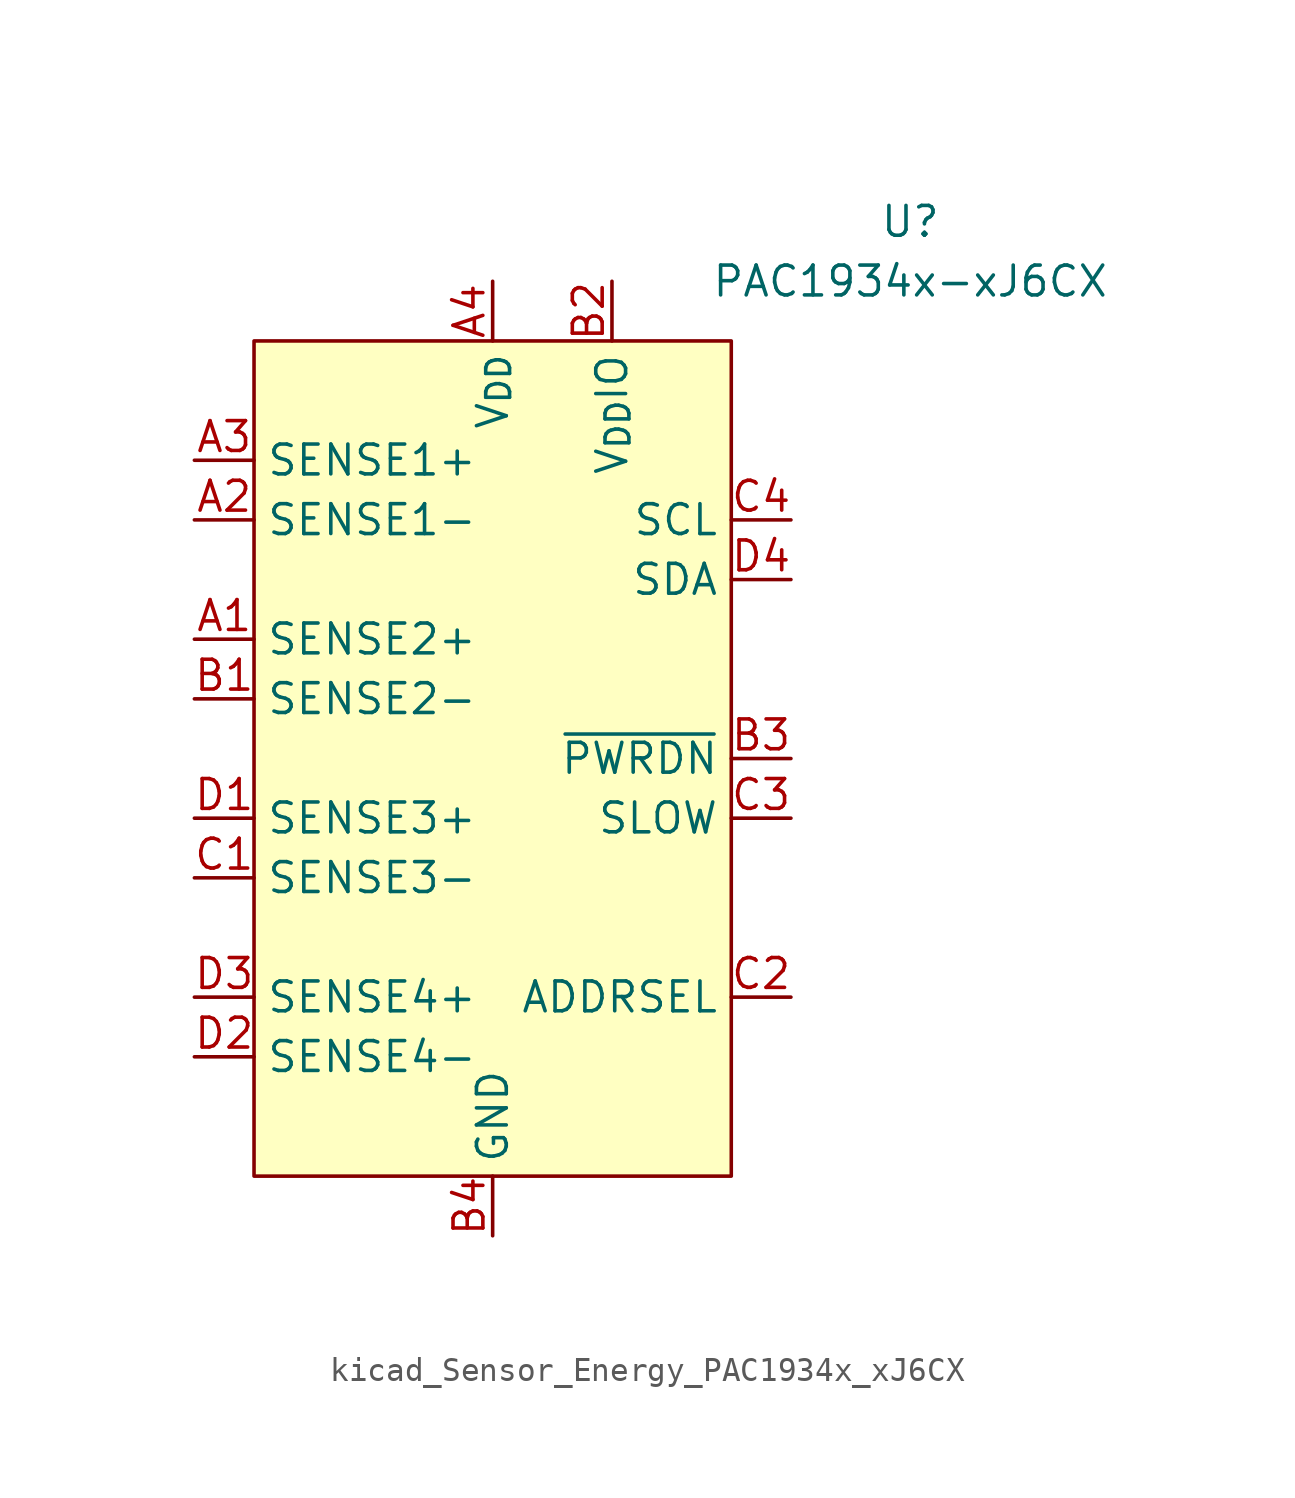
<source format=kicad_sym>
(kicad_symbol_lib
  (version 20220914)
  (generator kicad_symbol_editor)
  (symbol "kicad_Sensor_Energy_PAC1934x_xJ6CX"
    (property "Reference" "U"
      (at 17.78 22.86 0)
      (effects (font (size 1.27 1.27))))
    (property "Value" "PAC1934x-xJ6CX"
      (at 17.78 20.32 0)
      (effects (font (size 1.27 1.27))))
    (symbol "kicad_Sensor_Energy_PAC1934x_xJ6CX_0_0"
      (pin input line (at -12.7 5.08 0) (length 2.54) (name "SENSE2+" (effects (font (size 1.27 1.27)))) (number "A1" (effects (font (size 1.27 1.27)))))
      (pin input line (at -12.7 10.16 0) (length 2.54) (name "SENSE1-" (effects (font (size 1.27 1.27)))) (number "A2" (effects (font (size 1.27 1.27)))))
      (pin input line (at -12.7 12.7 0) (length 2.54) (name "SENSE1+" (effects (font (size 1.27 1.27)))) (number "A3" (effects (font (size 1.27 1.27)))))
      (pin power_in line (at 0 20.32 270) (length 2.54) (name "V_{DD}" (effects (font (size 1.27 1.27)))) (number "A4" (effects (font (size 1.27 1.27)))))
      (pin input line (at -12.7 2.54 0) (length 2.54) (name "SENSE2-" (effects (font (size 1.27 1.27)))) (number "B1" (effects (font (size 1.27 1.27)))))
      (pin input line (at 5.08 20.32 270) (length 2.54) (name "V_{DD}IO" (effects (font (size 1.27 1.27)))) (number "B2" (effects (font (size 1.27 1.27)))))
      (pin input line (at 12.7 0 180) (length 2.54) (name "~{PWRDN}" (effects (font (size 1.27 1.27)))) (number "B3" (effects (font (size 1.27 1.27)))))
      (pin power_in line (at 0 -20.32 90) (length 2.54) (name "GND" (effects (font (size 1.27 1.27)))) (number "B4" (effects (font (size 1.27 1.27)))))
      (pin input line (at -12.7 -5.08 0) (length 2.54) (name "SENSE3-" (effects (font (size 1.27 1.27)))) (number "C1" (effects (font (size 1.27 1.27)))))
      (pin passive line (at 12.7 -10.16 180) (length 2.54) (name "ADDRSEL" (effects (font (size 1.27 1.27)))) (number "C2" (effects (font (size 1.27 1.27)))))
      (pin input line (at 12.7 -2.54 180) (length 2.54) (name "SLOW" (effects (font (size 1.27 1.27)))) (number "C3" (effects (font (size 1.27 1.27)))) (alternate "~{ALERT1}" open_collector line))
      (pin input line (at 12.7 10.16 180) (length 2.54) (name "SCL" (effects (font (size 1.27 1.27)))) (number "C4" (effects (font (size 1.27 1.27)))) (alternate "SM_CLK" input line))
      (pin input line (at -12.7 -2.54 0) (length 2.54) (name "SENSE3+" (effects (font (size 1.27 1.27)))) (number "D1" (effects (font (size 1.27 1.27)))))
      (pin input line (at -12.7 -12.7 0) (length 2.54) (name "SENSE4-" (effects (font (size 1.27 1.27)))) (number "D2" (effects (font (size 1.27 1.27)))))
      (pin input line (at -12.7 -10.16 0) (length 2.54) (name "SENSE4+" (effects (font (size 1.27 1.27)))) (number "D3" (effects (font (size 1.27 1.27)))))
      (pin bidirectional line (at 12.7 7.62 180) (length 2.54) (name "SDA" (effects (font (size 1.27 1.27)))) (number "D4" (effects (font (size 1.27 1.27)))) (alternate "SM_DATA" bidirectional line)))
    (symbol "kicad_Sensor_Energy_PAC1934x_xJ6CX_0_1"
      (rectangle (start -10.16 17.78) (end 10.16 -17.78) (stroke (width 0) (type default)) (fill (type background))))))
</source>
